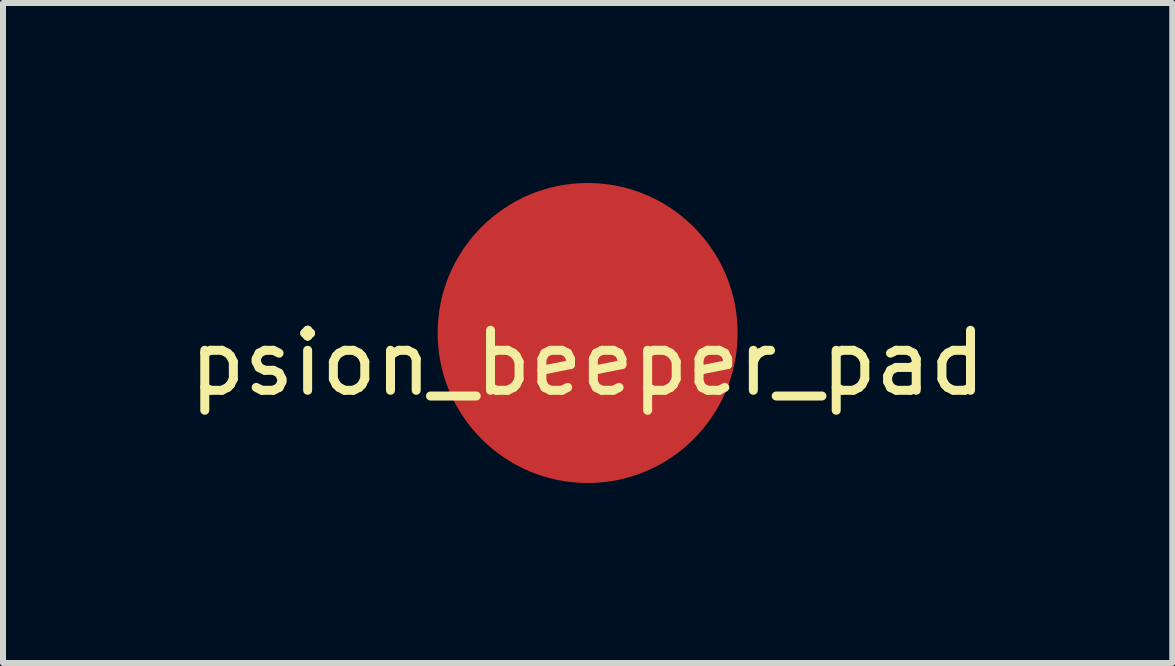
<source format=kicad_pcb>
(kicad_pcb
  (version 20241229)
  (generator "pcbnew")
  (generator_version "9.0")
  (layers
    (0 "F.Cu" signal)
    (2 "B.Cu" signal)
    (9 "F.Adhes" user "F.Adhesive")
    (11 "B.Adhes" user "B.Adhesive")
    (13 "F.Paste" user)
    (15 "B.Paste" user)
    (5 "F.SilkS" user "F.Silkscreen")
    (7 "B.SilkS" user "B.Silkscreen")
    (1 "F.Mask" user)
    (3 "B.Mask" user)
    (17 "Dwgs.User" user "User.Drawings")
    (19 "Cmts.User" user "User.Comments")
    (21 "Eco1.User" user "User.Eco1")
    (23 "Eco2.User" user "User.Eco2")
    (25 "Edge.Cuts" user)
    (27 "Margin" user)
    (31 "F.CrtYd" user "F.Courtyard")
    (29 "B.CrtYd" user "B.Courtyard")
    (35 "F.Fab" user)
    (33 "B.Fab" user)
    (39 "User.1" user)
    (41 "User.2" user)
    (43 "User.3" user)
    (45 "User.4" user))
  (footprint "psion_beeper_pad"
    (layer "F.Cu")
    (at 6.744 2.5)
    (property "Reference" "psion_beeper_pad" (at 0 0.5 0) (layer "F.SilkS") (effects (font (size 1 1) (thickness 0.15))))
    (attr through_hole)
    (pad "1" smd circle (at 0 0) (size 5 5) (layers "F.Cu" "F.Mask" "F.Paste")))
  (gr_rect
    (start -3 -3)
    (end 16.488 8)
    (stroke (width 0.1) (type default))
    (fill no)
    (layer "Edge.Cuts")))
</source>
